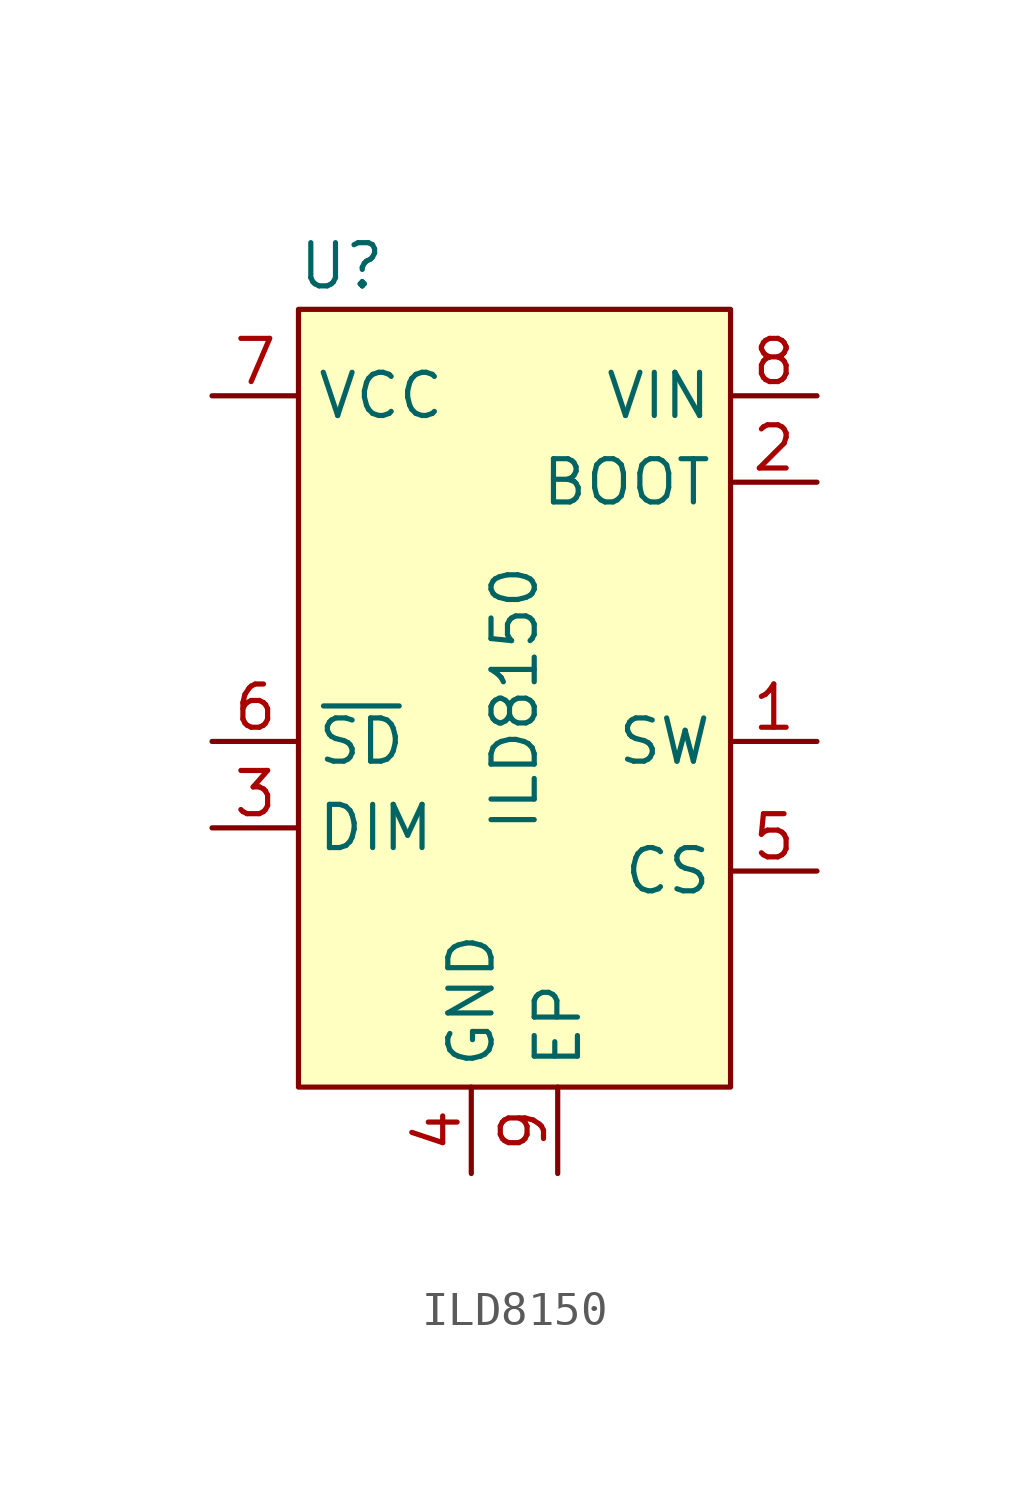
<source format=kicad_sym>
(kicad_symbol_lib
  (version 20220914)
  (generator kicad_symbol_editor)
  (symbol "ILD8150"
    (property "Reference" "U"
      (at -5.08 12.7 0)
      (effects (font (size 1.27 1.27))))
    (property "Value" "ILD8150"
      (at 0 0 90)
      (effects (font (size 1.27 1.27))))
    (symbol "ILD8150_1_1"
      (rectangle (start -6.35 11.43) (end 6.35 -11.43) (stroke (width 0) (type default)) (fill (type background)))
      (pin power_out line (at 8.89 -1.27 180) (length 2.54) (name "SW" (effects (font (size 1.27 1.27)))) (number "1" (effects (font (size 1.27 1.27)))))
      (pin output line (at 8.89 6.35 180) (length 2.54) (name "BOOT" (effects (font (size 1.27 1.27)))) (number "2" (effects (font (size 1.27 1.27)))))
      (pin input line (at -8.89 -3.81 0) (length 2.54) (name "DIM" (effects (font (size 1.27 1.27)))) (number "3" (effects (font (size 1.27 1.27)))))
      (pin power_in line (at -1.27 -13.97 90) (length 2.54) (name "GND" (effects (font (size 1.27 1.27)))) (number "4" (effects (font (size 1.27 1.27)))))
      (pin input line (at 8.89 -5.08 180) (length 2.54) (name "CS" (effects (font (size 1.27 1.27)))) (number "5" (effects (font (size 1.27 1.27)))))
      (pin input line (at -8.89 -1.27 0) (length 2.54) (name "~{SD}" (effects (font (size 1.27 1.27)))) (number "6" (effects (font (size 1.27 1.27)))))
      (pin power_out line (at -8.89 8.89 0) (length 2.54) (name "VCC" (effects (font (size 1.27 1.27)))) (number "7" (effects (font (size 1.27 1.27)))))
      (pin power_in line (at 8.89 8.89 180) (length 2.54) (name "VIN" (effects (font (size 1.27 1.27)))) (number "8" (effects (font (size 1.27 1.27)))))
      (pin power_in line (at 1.27 -13.97 90) (length 2.54) (name "EP" (effects (font (size 1.27 1.27)))) (number "9" (effects (font (size 1.27 1.27))))))))
</source>
